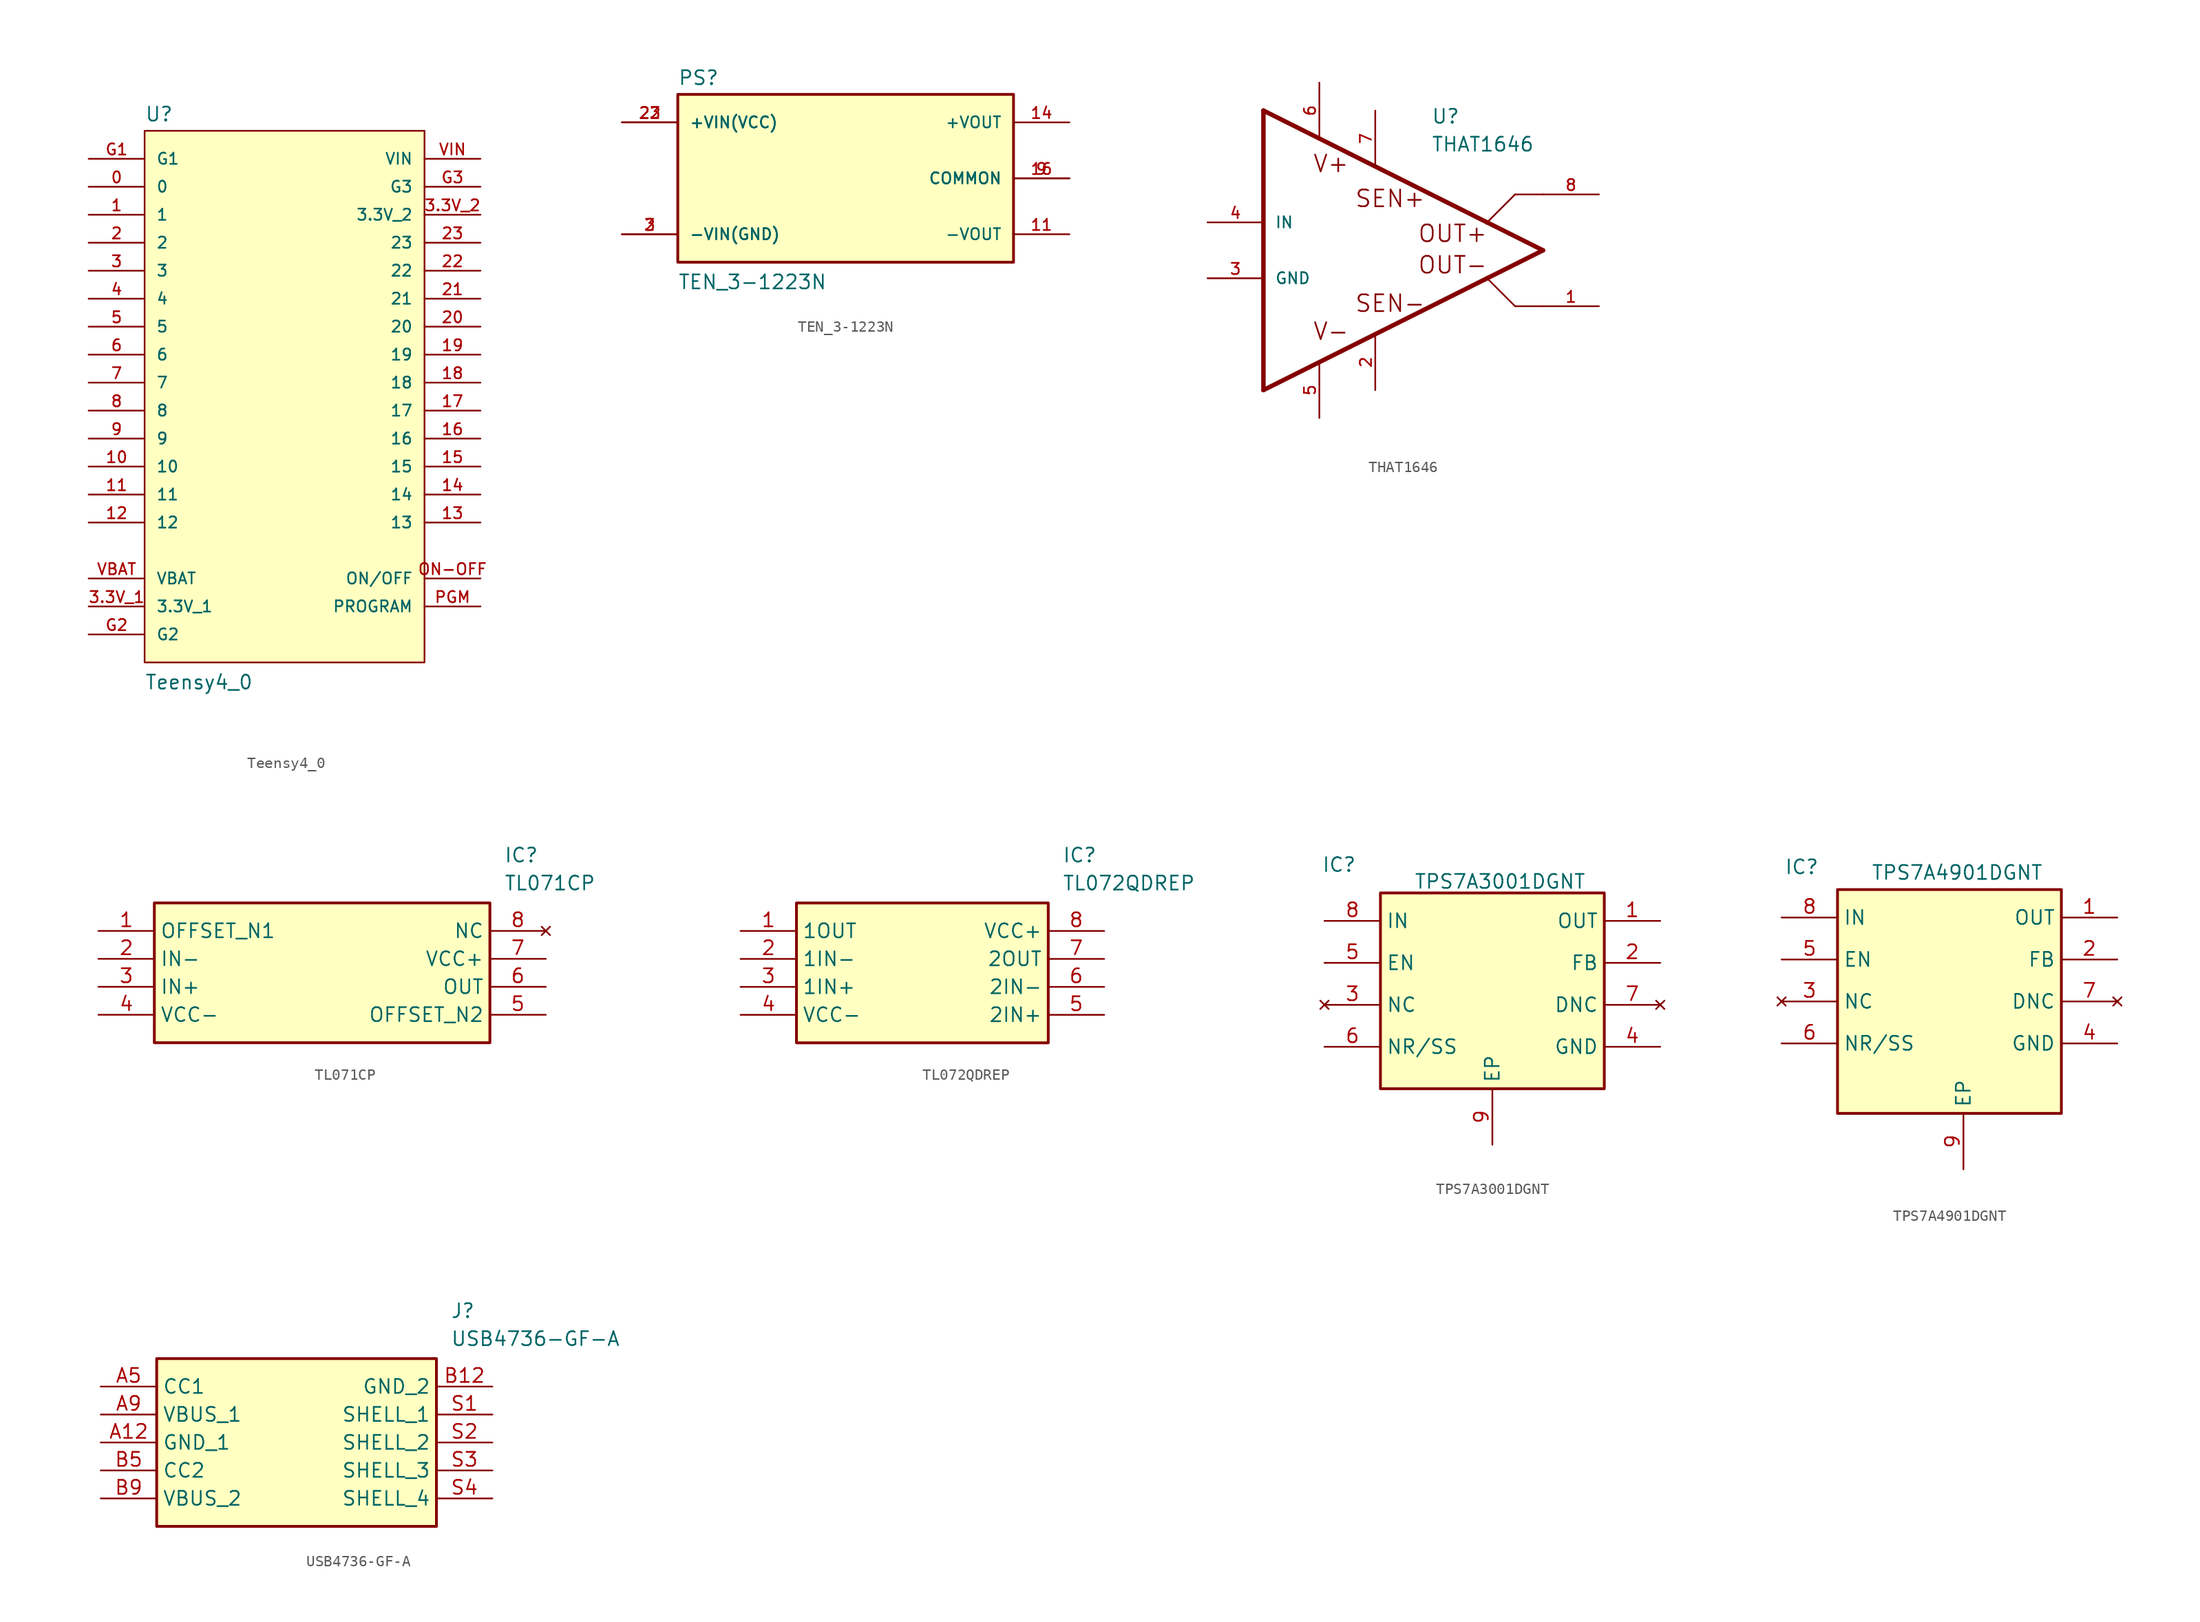
<source format=kicad_sym>
(kicad_symbol_lib
  (version 20241209)
  (generator "kicad_symbol_editor")
  (generator_version "9.0")
  (symbol "Teensy4_0"
    (pin_names
      (offset 1.016))
    (property "Reference" "U"
      (at -12.7 23.622 0)
      (effects (font (size 1.27 1.27)) (justify left bottom)))
    (property "Value" "Teensy4_0"
      (at -12.7 -27.94 0)
      (effects (font (size 1.27 1.27)) (justify left bottom)))
    (symbol "Teensy4_0_0_0"
      (rectangle (start -12.7 -25.4) (end 12.7 22.86) (stroke (width 0.152) (type default)) (fill (type background)))
      (pin power_in line (at -17.78 20.32 0) (length 5.08) (name "G1" (effects (font (size 1.016 1.016)))) (number "G1" (effects (font (size 1.016 1.016)))))
      (pin bidirectional line (at -17.78 17.78 0) (length 5.08) (name "0" (effects (font (size 1.016 1.016)))) (number "0" (effects (font (size 1.016 1.016)))))
      (pin bidirectional line (at -17.78 15.24 0) (length 5.08) (name "1" (effects (font (size 1.016 1.016)))) (number "1" (effects (font (size 1.016 1.016)))))
      (pin bidirectional line (at -17.78 12.7 0) (length 5.08) (name "2" (effects (font (size 1.016 1.016)))) (number "2" (effects (font (size 1.016 1.016)))))
      (pin bidirectional line (at -17.78 10.16 0) (length 5.08) (name "3" (effects (font (size 1.016 1.016)))) (number "3" (effects (font (size 1.016 1.016)))))
      (pin bidirectional line (at -17.78 7.62 0) (length 5.08) (name "4" (effects (font (size 1.016 1.016)))) (number "4" (effects (font (size 1.016 1.016)))))
      (pin bidirectional line (at -17.78 5.08 0) (length 5.08) (name "5" (effects (font (size 1.016 1.016)))) (number "5" (effects (font (size 1.016 1.016)))))
      (pin bidirectional line (at -17.78 2.54 0) (length 5.08) (name "6" (effects (font (size 1.016 1.016)))) (number "6" (effects (font (size 1.016 1.016)))))
      (pin bidirectional line (at -17.78 0 0) (length 5.08) (name "7" (effects (font (size 1.016 1.016)))) (number "7" (effects (font (size 1.016 1.016)))))
      (pin bidirectional line (at -17.78 -2.54 0) (length 5.08) (name "8" (effects (font (size 1.016 1.016)))) (number "8" (effects (font (size 1.016 1.016)))))
      (pin bidirectional line (at -17.78 -5.08 0) (length 5.08) (name "9" (effects (font (size 1.016 1.016)))) (number "9" (effects (font (size 1.016 1.016)))))
      (pin bidirectional line (at -17.78 -7.62 0) (length 5.08) (name "10" (effects (font (size 1.016 1.016)))) (number "10" (effects (font (size 1.016 1.016)))))
      (pin bidirectional line (at -17.78 -10.16 0) (length 5.08) (name "11" (effects (font (size 1.016 1.016)))) (number "11" (effects (font (size 1.016 1.016)))))
      (pin bidirectional line (at -17.78 -12.7 0) (length 5.08) (name "12" (effects (font (size 1.016 1.016)))) (number "12" (effects (font (size 1.016 1.016)))))
      (pin power_in line (at -17.78 -17.78 0) (length 5.08) (name "VBAT" (effects (font (size 1.016 1.016)))) (number "VBAT" (effects (font (size 1.016 1.016)))))
      (pin power_in line (at -17.78 -20.32 0) (length 5.08) (name "3.3V_1" (effects (font (size 1.016 1.016)))) (number "3.3V_1" (effects (font (size 1.016 1.016)))))
      (pin power_in line (at -17.78 -22.86 0) (length 5.08) (name "G2" (effects (font (size 1.016 1.016)))) (number "G2" (effects (font (size 1.016 1.016)))))
      (pin power_in line (at 17.78 20.32 180) (length 5.08) (name "VIN" (effects (font (size 1.016 1.016)))) (number "VIN" (effects (font (size 1.016 1.016)))))
      (pin power_in line (at 17.78 17.78 180) (length 5.08) (name "G3" (effects (font (size 1.016 1.016)))) (number "G3" (effects (font (size 1.016 1.016)))))
      (pin power_in line (at 17.78 15.24 180) (length 5.08) (name "3.3V_2" (effects (font (size 1.016 1.016)))) (number "3.3V_2" (effects (font (size 1.016 1.016)))))
      (pin bidirectional line (at 17.78 12.7 180) (length 5.08) (name "23" (effects (font (size 1.016 1.016)))) (number "23" (effects (font (size 1.016 1.016)))))
      (pin bidirectional line (at 17.78 10.16 180) (length 5.08) (name "22" (effects (font (size 1.016 1.016)))) (number "22" (effects (font (size 1.016 1.016)))))
      (pin bidirectional line (at 17.78 7.62 180) (length 5.08) (name "21" (effects (font (size 1.016 1.016)))) (number "21" (effects (font (size 1.016 1.016)))))
      (pin bidirectional line (at 17.78 5.08 180) (length 5.08) (name "20" (effects (font (size 1.016 1.016)))) (number "20" (effects (font (size 1.016 1.016)))))
      (pin bidirectional line (at 17.78 2.54 180) (length 5.08) (name "19" (effects (font (size 1.016 1.016)))) (number "19" (effects (font (size 1.016 1.016)))))
      (pin bidirectional line (at 17.78 0 180) (length 5.08) (name "18" (effects (font (size 1.016 1.016)))) (number "18" (effects (font (size 1.016 1.016)))))
      (pin bidirectional line (at 17.78 -2.54 180) (length 5.08) (name "17" (effects (font (size 1.016 1.016)))) (number "17" (effects (font (size 1.016 1.016)))))
      (pin bidirectional line (at 17.78 -5.08 180) (length 5.08) (name "16" (effects (font (size 1.016 1.016)))) (number "16" (effects (font (size 1.016 1.016)))))
      (pin bidirectional line (at 17.78 -7.62 180) (length 5.08) (name "15" (effects (font (size 1.016 1.016)))) (number "15" (effects (font (size 1.016 1.016)))))
      (pin bidirectional line (at 17.78 -10.16 180) (length 5.08) (name "14" (effects (font (size 1.016 1.016)))) (number "14" (effects (font (size 1.016 1.016)))))
      (pin bidirectional line (at 17.78 -12.7 180) (length 5.08) (name "13" (effects (font (size 1.016 1.016)))) (number "13" (effects (font (size 1.016 1.016)))))
      (pin bidirectional line (at 17.78 -17.78 180) (length 5.08) (name "ON/OFF" (effects (font (size 1.016 1.016)))) (number "ON-OFF" (effects (font (size 1.016 1.016)))))
      (pin bidirectional line (at 17.78 -20.32 180) (length 5.08) (name "PROGRAM" (effects (font (size 1.016 1.016)))) (number "PGM" (effects (font (size 1.016 1.016)))))))
  (symbol "TEN_3-1223N"
    (pin_names
      (offset 1.016))
    (property "Reference" "PS"
      (at -15.24 8.382 0)
      (effects (font (size 1.27 1.27)) (justify left bottom)))
    (property "Value" "TEN_3-1223N"
      (at -15.24 -10.16 0)
      (effects (font (size 1.27 1.27)) (justify left bottom)))
    (symbol "TEN_3-1223N_0_0"
      (rectangle (start -15.24 -7.62) (end 15.24 7.62) (stroke (width 0.254) (type default)) (fill (type background)))
      (pin input line (at -20.32 5.08 0) (length 5.08) (name "+VIN(VCC)" (effects (font (size 1.016 1.016)))) (number "22" (effects (font (size 1.016 1.016)))))
      (pin input line (at -20.32 5.08 0) (length 5.08) (name "+VIN(VCC)" (effects (font (size 1.016 1.016)))) (number "23" (effects (font (size 1.016 1.016)))))
      (pin input line (at -20.32 -5.08 0) (length 5.08) (name "-VIN(GND)" (effects (font (size 1.016 1.016)))) (number "2" (effects (font (size 1.016 1.016)))))
      (pin input line (at -20.32 -5.08 0) (length 5.08) (name "-VIN(GND)" (effects (font (size 1.016 1.016)))) (number "3" (effects (font (size 1.016 1.016)))))
      (pin output line (at 20.32 5.08 180) (length 5.08) (name "+VOUT" (effects (font (size 1.016 1.016)))) (number "14" (effects (font (size 1.016 1.016)))))
      (pin output line (at 20.32 0 180) (length 5.08) (name "COMMON" (effects (font (size 1.016 1.016)))) (number "16" (effects (font (size 1.016 1.016)))))
      (pin output line (at 20.32 0 180) (length 5.08) (name "COMMON" (effects (font (size 1.016 1.016)))) (number "9" (effects (font (size 1.016 1.016)))))
      (pin output line (at 20.32 -5.08 180) (length 5.08) (name "-VOUT" (effects (font (size 1.016 1.016)))) (number "11" (effects (font (size 1.016 1.016)))))))
  (symbol "THAT1646"
    (pin_names
      (offset 1.016))
    (property "Reference" "U"
      (at 5.08 11.43 0)
      (effects (font (size 1.27 1.27)) (justify left bottom)))
    (property "Value" "THAT1646"
      (at 5.08 8.89 0)
      (effects (font (size 1.27 1.27)) (justify left bottom)))
    (symbol "THAT1646_0_0"
      (polyline (pts (xy -10.16 12.7) (xy -10.16 -12.7)) (stroke (width 0.406) (type default)) (fill (type none)))
      (polyline (pts (xy -10.16 -12.7) (xy 10.16 -2.54)) (stroke (width 0.406) (type default)) (fill (type none)))
      (polyline (pts (xy 10.16 2.54) (xy -10.16 12.7)) (stroke (width 0.406) (type default)) (fill (type none)))
      (polyline (pts (xy 10.16 -2.54) (xy 15.24 0)) (stroke (width 0.406) (type default)) (fill (type none)))
      (polyline (pts (xy 12.7 5.08) (xy 10.16 2.54)) (stroke (width 0.152) (type default)) (fill (type none)))
      (polyline (pts (xy 12.7 -5.08) (xy 10.16 -2.54)) (stroke (width 0.152) (type default)) (fill (type none)))
      (polyline (pts (xy 15.24 5.08) (xy 12.7 5.08)) (stroke (width 0.152) (type default)) (fill (type none)))
      (polyline (pts (xy 15.24 0) (xy 10.16 2.54)) (stroke (width 0.406) (type default)) (fill (type none)))
      (polyline (pts (xy 15.24 -5.08) (xy 12.7 -5.08)) (stroke (width 0.152) (type default)) (fill (type none)))
      (text "V+" (at -5.715 6.985 0) (effects (font (size 1.524 1.524)) (justify left bottom)))
      (text "V-" (at -5.715 -8.255 0) (effects (font (size 1.524 1.524)) (justify left bottom)))
      (text "SEN+" (at -1.905 3.81 0) (effects (font (size 1.524 1.524)) (justify left bottom)))
      (text "SEN-" (at -1.905 -5.715 0) (effects (font (size 1.524 1.524)) (justify left bottom)))
      (text "OUT+" (at 3.81 0.635 0) (effects (font (size 1.524 1.524)) (justify left bottom)))
      (text "OUT-" (at 3.81 -2.223 0) (effects (font (size 1.524 1.524)) (justify left bottom)))
      (pin input line (at -15.24 2.54 0) (length 5.08) (name "IN" (effects (font (size 1.016 1.016)))) (number "4" (effects (font (size 1.016 1.016)))))
      (pin input line (at -15.24 -2.54 0) (length 5.08) (name "GND" (effects (font (size 1.016 1.016)))) (number "3" (effects (font (size 1.016 1.016)))))
      (pin power_in line (at -5.08 15.24 270) (length 5.08) (name "~" (effects (font (size 1.016 1.016)))) (number "6" (effects (font (size 1.016 1.016)))))
      (pin power_in line (at -5.08 -15.24 90) (length 5.08) (name "~" (effects (font (size 1.016 1.016)))) (number "5" (effects (font (size 1.016 1.016)))))
      (pin output line (at 0 12.7 270) (length 5.08) (name "~" (effects (font (size 1.016 1.016)))) (number "7" (effects (font (size 1.016 1.016)))))
      (pin passive line (at 0 -12.7 90) (length 5.08) (name "~" (effects (font (size 1.016 1.016)))) (number "2" (effects (font (size 1.016 1.016)))))
      (pin output line (at 20.32 5.08 180) (length 5.08) (name "~" (effects (font (size 1.016 1.016)))) (number "8" (effects (font (size 1.016 1.016)))))
      (pin output line (at 20.32 -5.08 180) (length 5.08) (name "~" (effects (font (size 1.016 1.016)))) (number "1" (effects (font (size 1.016 1.016)))))))
  (symbol "TL071CP"
    (property "Reference" "IC"
      (at 36.83 7.62 0)
      (effects (font (size 1.27 1.27)) (justify left top)))
    (property "Value" "TL071CP"
      (at 36.83 5.08 0)
      (effects (font (size 1.27 1.27)) (justify left top)))
    (symbol "TL071CP_1_1"
      (rectangle (start 5.08 2.54) (end 35.56 -10.16) (stroke (width 0.254) (type default)) (fill (type background)))
      (pin passive line (at 0 0 0) (length 5.08) (name "OFFSET_N1" (effects (font (size 1.27 1.27)))) (number "1" (effects (font (size 1.27 1.27)))))
      (pin passive line (at 0 -2.54 0) (length 5.08) (name "IN-" (effects (font (size 1.27 1.27)))) (number "2" (effects (font (size 1.27 1.27)))))
      (pin passive line (at 0 -5.08 0) (length 5.08) (name "IN+" (effects (font (size 1.27 1.27)))) (number "3" (effects (font (size 1.27 1.27)))))
      (pin passive line (at 0 -7.62 0) (length 5.08) (name "VCC-" (effects (font (size 1.27 1.27)))) (number "4" (effects (font (size 1.27 1.27)))))
      (pin no_connect line (at 40.64 0 180) (length 5.08) (name "NC" (effects (font (size 1.27 1.27)))) (number "8" (effects (font (size 1.27 1.27)))))
      (pin passive line (at 40.64 -2.54 180) (length 5.08) (name "VCC+" (effects (font (size 1.27 1.27)))) (number "7" (effects (font (size 1.27 1.27)))))
      (pin passive line (at 40.64 -5.08 180) (length 5.08) (name "OUT" (effects (font (size 1.27 1.27)))) (number "6" (effects (font (size 1.27 1.27)))))
      (pin passive line (at 40.64 -7.62 180) (length 5.08) (name "OFFSET_N2" (effects (font (size 1.27 1.27)))) (number "5" (effects (font (size 1.27 1.27)))))))
  (symbol "TL072QDREP"
    (property "Reference" "IC"
      (at 29.21 7.62 0)
      (effects (font (size 1.27 1.27)) (justify left top)))
    (property "Value" "TL072QDREP"
      (at 29.21 5.08 0)
      (effects (font (size 1.27 1.27)) (justify left top)))
    (symbol "TL072QDREP_1_1"
      (rectangle (start 5.08 2.54) (end 27.94 -10.16) (stroke (width 0.254) (type default)) (fill (type background)))
      (pin passive line (at 0 0 0) (length 5.08) (name "1OUT" (effects (font (size 1.27 1.27)))) (number "1" (effects (font (size 1.27 1.27)))))
      (pin passive line (at 0 -2.54 0) (length 5.08) (name "1IN-" (effects (font (size 1.27 1.27)))) (number "2" (effects (font (size 1.27 1.27)))))
      (pin passive line (at 0 -5.08 0) (length 5.08) (name "1IN+" (effects (font (size 1.27 1.27)))) (number "3" (effects (font (size 1.27 1.27)))))
      (pin passive line (at 0 -7.62 0) (length 5.08) (name "VCC-" (effects (font (size 1.27 1.27)))) (number "4" (effects (font (size 1.27 1.27)))))
      (pin passive line (at 33.02 0 180) (length 5.08) (name "VCC+" (effects (font (size 1.27 1.27)))) (number "8" (effects (font (size 1.27 1.27)))))
      (pin passive line (at 33.02 -2.54 180) (length 5.08) (name "2OUT" (effects (font (size 1.27 1.27)))) (number "7" (effects (font (size 1.27 1.27)))))
      (pin passive line (at 33.02 -5.08 180) (length 5.08) (name "2IN-" (effects (font (size 1.27 1.27)))) (number "6" (effects (font (size 1.27 1.27)))))
      (pin passive line (at 33.02 -7.62 180) (length 5.08) (name "2IN+" (effects (font (size 1.27 1.27)))) (number "5" (effects (font (size 1.27 1.27)))))))
  (symbol "TPS7A3001DGNT"
    (property "Reference" "IC"
      (at -0.254 5.842 0)
      (effects (font (size 1.27 1.27)) (justify left top)))
    (property "Value" "TPS7A3001DGNT"
      (at 8.128 4.318 0)
      (effects (font (size 1.27 1.27)) (justify left top)))
    (symbol "TPS7A3001DGNT_1_1"
      (rectangle (start 5.08 2.54) (end 25.4 -15.24) (stroke (width 0.254) (type default)) (fill (type background)))
      (pin passive line (at 0 0 0) (length 5.08) (name "IN" (effects (font (size 1.27 1.27)))) (number "8" (effects (font (size 1.27 1.27)))))
      (pin passive line (at 0 -3.81 0) (length 5.08) (name "EN" (effects (font (size 1.27 1.27)))) (number "5" (effects (font (size 1.27 1.27)))))
      (pin no_connect line (at 0 -7.62 0) (length 5.08) (name "NC" (effects (font (size 1.27 1.27)))) (number "3" (effects (font (size 1.27 1.27)))))
      (pin passive line (at 0 -11.43 0) (length 5.08) (name "NR/SS" (effects (font (size 1.27 1.27)))) (number "6" (effects (font (size 1.27 1.27)))))
      (pin passive line (at 15.24 -20.32 90) (length 5.08) (name "EP" (effects (font (size 1.27 1.27)))) (number "9" (effects (font (size 1.27 1.27)))))
      (pin passive line (at 30.48 0 180) (length 5.08) (name "OUT" (effects (font (size 1.27 1.27)))) (number "1" (effects (font (size 1.27 1.27)))))
      (pin passive line (at 30.48 -3.81 180) (length 5.08) (name "FB" (effects (font (size 1.27 1.27)))) (number "2" (effects (font (size 1.27 1.27)))))
      (pin no_connect line (at 30.48 -7.62 180) (length 5.08) (name "DNC" (effects (font (size 1.27 1.27)))) (number "7" (effects (font (size 1.27 1.27)))))
      (pin passive line (at 30.48 -11.43 180) (length 5.08) (name "GND" (effects (font (size 1.27 1.27)))) (number "4" (effects (font (size 1.27 1.27)))))))
  (symbol "TPS7A4901DGNT"
    (property "Reference" "IC"
      (at 0.254 5.334 0)
      (effects (font (size 1.27 1.27)) (justify left top)))
    (property "Value" "TPS7A4901DGNT"
      (at 8.128 4.826 0)
      (effects (font (size 1.27 1.27)) (justify left top)))
    (symbol "TPS7A4901DGNT_1_1"
      (rectangle (start 5.08 2.54) (end 25.4 -17.78) (stroke (width 0.254) (type default)) (fill (type background)))
      (pin passive line (at 0 0 0) (length 5.08) (name "IN" (effects (font (size 1.27 1.27)))) (number "8" (effects (font (size 1.27 1.27)))))
      (pin passive line (at 0 -3.81 0) (length 5.08) (name "EN" (effects (font (size 1.27 1.27)))) (number "5" (effects (font (size 1.27 1.27)))))
      (pin no_connect line (at 0 -7.62 0) (length 5.08) (name "NC" (effects (font (size 1.27 1.27)))) (number "3" (effects (font (size 1.27 1.27)))))
      (pin passive line (at 0 -11.43 0) (length 5.08) (name "NR/SS" (effects (font (size 1.27 1.27)))) (number "6" (effects (font (size 1.27 1.27)))))
      (pin passive line (at 16.51 -22.86 90) (length 5.08) (name "EP" (effects (font (size 1.27 1.27)))) (number "9" (effects (font (size 1.27 1.27)))))
      (pin passive line (at 30.48 0 180) (length 5.08) (name "OUT" (effects (font (size 1.27 1.27)))) (number "1" (effects (font (size 1.27 1.27)))))
      (pin passive line (at 30.48 -3.81 180) (length 5.08) (name "FB" (effects (font (size 1.27 1.27)))) (number "2" (effects (font (size 1.27 1.27)))))
      (pin no_connect line (at 30.48 -7.62 180) (length 5.08) (name "DNC" (effects (font (size 1.27 1.27)))) (number "7" (effects (font (size 1.27 1.27)))))
      (pin passive line (at 30.48 -11.43 180) (length 5.08) (name "GND" (effects (font (size 1.27 1.27)))) (number "4" (effects (font (size 1.27 1.27)))))))
  (symbol "USB4736-GF-A"
    (property "Reference" "J"
      (at 31.75 7.62 0)
      (effects (font (size 1.27 1.27)) (justify left top)))
    (property "Value" "USB4736-GF-A"
      (at 31.75 5.08 0)
      (effects (font (size 1.27 1.27)) (justify left top)))
    (symbol "USB4736-GF-A_1_1"
      (rectangle (start 5.08 2.54) (end 30.48 -12.7) (stroke (width 0.254) (type default)) (fill (type background)))
      (pin passive line (at 0 0 0) (length 5.08) (name "CC1" (effects (font (size 1.27 1.27)))) (number "A5" (effects (font (size 1.27 1.27)))))
      (pin passive line (at 0 -2.54 0) (length 5.08) (name "VBUS_1" (effects (font (size 1.27 1.27)))) (number "A9" (effects (font (size 1.27 1.27)))))
      (pin passive line (at 0 -5.08 0) (length 5.08) (name "GND_1" (effects (font (size 1.27 1.27)))) (number "A12" (effects (font (size 1.27 1.27)))))
      (pin passive line (at 0 -7.62 0) (length 5.08) (name "CC2" (effects (font (size 1.27 1.27)))) (number "B5" (effects (font (size 1.27 1.27)))))
      (pin passive line (at 0 -10.16 0) (length 5.08) (name "VBUS_2" (effects (font (size 1.27 1.27)))) (number "B9" (effects (font (size 1.27 1.27)))))
      (pin passive line (at 35.56 0 180) (length 5.08) (name "GND_2" (effects (font (size 1.27 1.27)))) (number "B12" (effects (font (size 1.27 1.27)))))
      (pin passive line (at 35.56 -2.54 180) (length 5.08) (name "SHELL_1" (effects (font (size 1.27 1.27)))) (number "S1" (effects (font (size 1.27 1.27)))))
      (pin passive line (at 35.56 -5.08 180) (length 5.08) (name "SHELL_2" (effects (font (size 1.27 1.27)))) (number "S2" (effects (font (size 1.27 1.27)))))
      (pin passive line (at 35.56 -7.62 180) (length 5.08) (name "SHELL_3" (effects (font (size 1.27 1.27)))) (number "S3" (effects (font (size 1.27 1.27)))))
      (pin passive line (at 35.56 -10.16 180) (length 5.08) (name "SHELL_4" (effects (font (size 1.27 1.27)))) (number "S4" (effects (font (size 1.27 1.27))))))))
</source>
